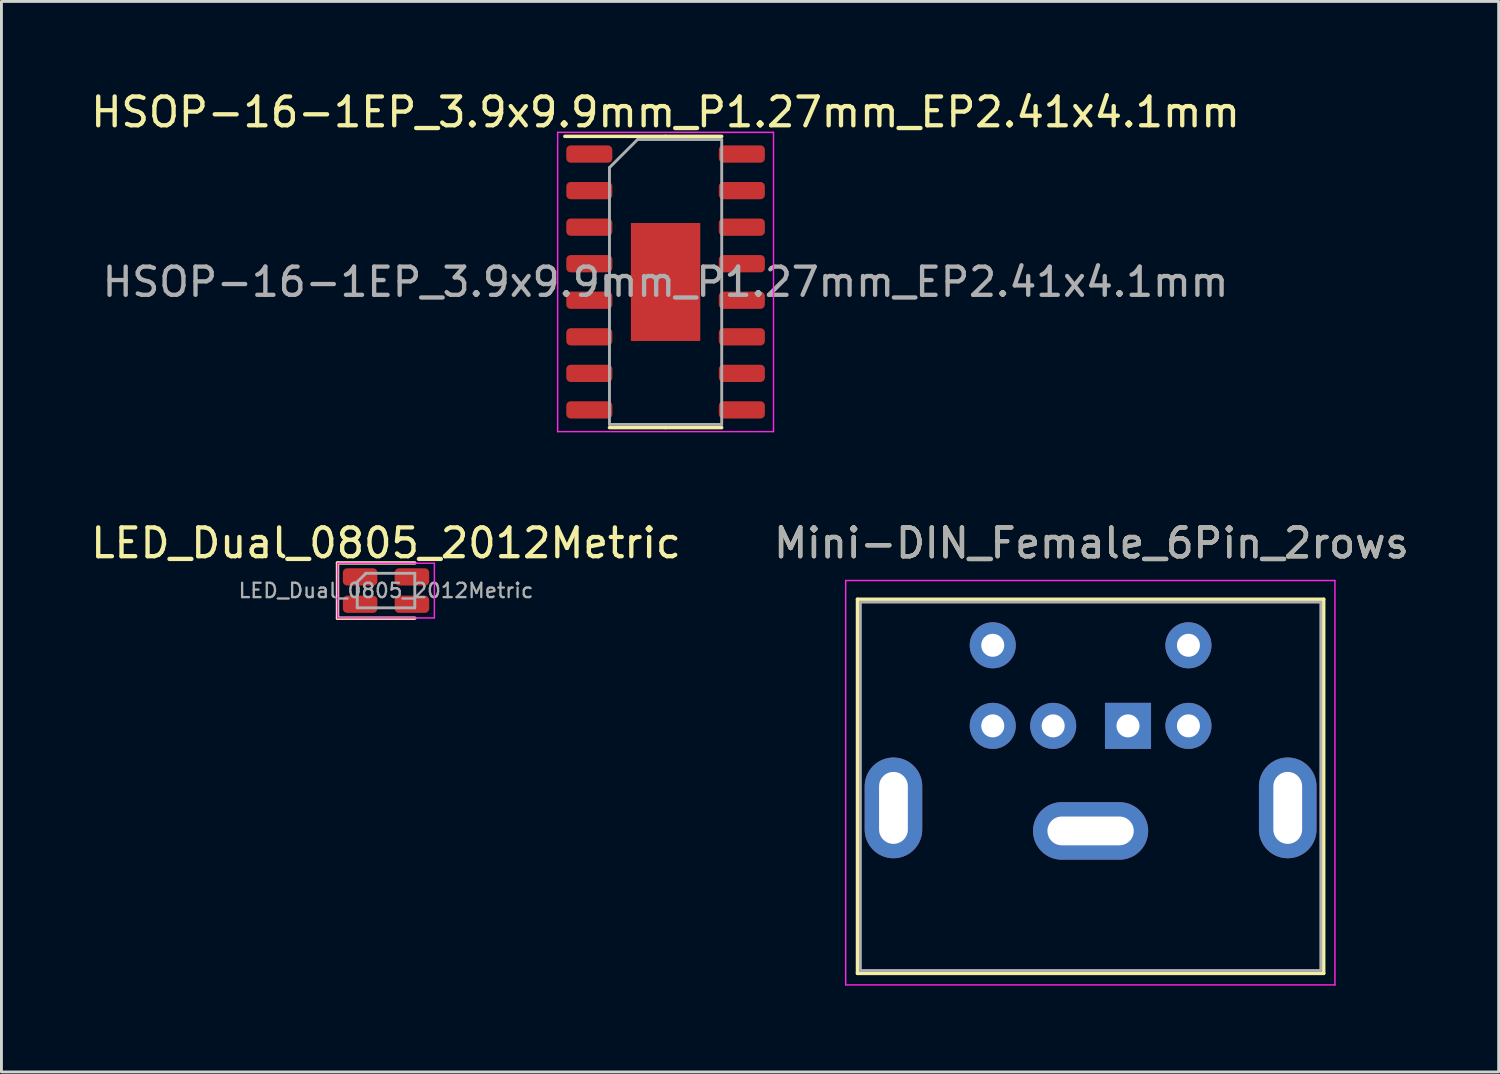
<source format=kicad_pcb>
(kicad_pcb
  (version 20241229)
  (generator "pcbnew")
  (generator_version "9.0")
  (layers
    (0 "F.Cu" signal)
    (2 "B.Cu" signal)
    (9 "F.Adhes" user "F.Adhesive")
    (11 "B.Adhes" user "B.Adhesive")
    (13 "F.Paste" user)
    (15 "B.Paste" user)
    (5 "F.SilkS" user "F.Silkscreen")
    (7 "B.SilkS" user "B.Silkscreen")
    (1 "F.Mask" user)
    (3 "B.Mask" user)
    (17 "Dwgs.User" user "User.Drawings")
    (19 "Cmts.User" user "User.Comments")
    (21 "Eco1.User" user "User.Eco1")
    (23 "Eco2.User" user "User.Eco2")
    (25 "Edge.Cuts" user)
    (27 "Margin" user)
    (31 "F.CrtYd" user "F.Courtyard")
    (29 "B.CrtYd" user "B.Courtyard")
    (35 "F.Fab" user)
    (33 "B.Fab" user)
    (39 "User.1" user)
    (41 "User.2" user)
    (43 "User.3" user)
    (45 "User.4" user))
  (footprint "LED_Dual_0805_2012Metric"
    (layer "F.Cu")
    (at 10.363 17.471)
    (property "Reference" "LED_Dual_0805_2012Metric" (at 0 -1.65 0) (layer "F.SilkS") (effects (font (size 1 1) (thickness 0.15))))
    (attr smd)
    (fp_line (start -1.685 -0.96) (end -1.685 0.96) (stroke (width 0.12) (type solid)) (layer "F.SilkS"))
    (fp_line (start -1.685 0.96) (end 1 0.96) (stroke (width 0.12) (type solid)) (layer "F.SilkS"))
    (fp_line (start 1 -0.96) (end -1.685 -0.96) (stroke (width 0.12) (type solid)) (layer "F.SilkS"))
    (fp_line (start -1.68 -0.95) (end 1.68 -0.95) (stroke (width 0.05) (type solid)) (layer "F.CrtYd"))
    (fp_line (start -1.68 0.95) (end -1.68 -0.95) (stroke (width 0.05) (type solid)) (layer "F.CrtYd"))
    (fp_line (start 1.68 -0.95) (end 1.68 0.95) (stroke (width 0.05) (type solid)) (layer "F.CrtYd"))
    (fp_line (start 1.68 0.95) (end -1.68 0.95) (stroke (width 0.05) (type solid)) (layer "F.CrtYd"))
    (fp_line (start -1 -0.3) (end -1 0.6) (stroke (width 0.1) (type solid)) (layer "F.Fab"))
    (fp_line (start -1 0.6) (end 1 0.6) (stroke (width 0.1) (type solid)) (layer "F.Fab"))
    (fp_line (start -0.7 -0.6) (end -1 -0.3) (stroke (width 0.1) (type solid)) (layer "F.Fab"))
    (fp_line (start 1 -0.6) (end -0.7 -0.6) (stroke (width 0.1) (type solid)) (layer "F.Fab"))
    (fp_line (start 1 0.6) (end 1 -0.6) (stroke (width 0.1) (type solid)) (layer "F.Fab"))
    (fp_text user "${REFERENCE}" (at 0 0 0) (layer "F.Fab") (effects (font (size 0.5 0.5) (thickness 0.08))))
    (pad "1" smd roundrect (at 0.9 -0.475) (size 1.2 0.6) (layers "F.Cu" "F.Mask" "F.Paste") (roundrect_rratio 0.25))
    (pad "2" smd roundrect (at -0.9 -0.475) (size 1.2 0.6) (layers "F.Cu" "F.Mask" "F.Paste") (roundrect_rratio 0.25))
    (pad "3" smd roundrect (at 0.9 0.475) (size 1.2 0.6) (layers "F.Cu" "F.Mask" "F.Paste") (roundrect_rratio 0.25))
    (pad "4" smd roundrect (at -0.9 0.475) (size 1.2 0.6) (layers "F.Cu" "F.Mask" "F.Paste") (roundrect_rratio 0.25)))
  (footprint "Mini-DIN_Female_6Pin_2rows"
    (layer "F.Cu")
    (at 36.145 22.172)
    (property "Reference" "Mini-DIN_Female_6Pin_2rows" (at -1.27 -6.35 0) (layer "F.SilkS") (effects (font (size 1 1) (thickness 0.15))))
    (attr through_hole)
    (fp_line (start -9.4 -4.4) (end -9.4 8.6) (stroke (width 0.12) (type solid)) (layer "F.SilkS"))
    (fp_line (start -9.4 -4.4) (end 6.8 -4.4) (stroke (width 0.12) (type solid)) (layer "F.SilkS"))
    (fp_line (start -9.4 8.6) (end 6.8 8.6) (stroke (width 0.12) (type solid)) (layer "F.SilkS"))
    (fp_line (start 6.8 -4.4) (end 6.8 8.6) (stroke (width 0.12) (type solid)) (layer "F.SilkS"))
    (fp_line (start -9.81 -5.05) (end -9.81 9) (stroke (width 0.05) (type solid)) (layer "F.CrtYd"))
    (fp_line (start -9.81 -5.05) (end 7.19 -5.05) (stroke (width 0.05) (type solid)) (layer "F.CrtYd"))
    (fp_line (start 7.19 9) (end -9.81 9) (stroke (width 0.05) (type solid)) (layer "F.CrtYd"))
    (fp_line (start 7.19 9) (end 7.19 -5.05) (stroke (width 0.05) (type solid)) (layer "F.CrtYd"))
    (fp_line (start -9.3 -4.3) (end 6.7 -4.3) (stroke (width 0.1) (type solid)) (layer "F.Fab"))
    (fp_line (start -9.3 8.5) (end -9.3 -4.3) (stroke (width 0.1) (type solid)) (layer "F.Fab"))
    (fp_line (start 6.7 -4.3) (end 6.7 8.5) (stroke (width 0.1) (type solid)) (layer "F.Fab"))
    (fp_line (start 6.7 8.5) (end -9.3 8.5) (stroke (width 0.1) (type solid)) (layer "F.Fab"))
    (fp_text user "${REFERENCE}" (at -1.27 -6.35 0) (layer "F.Fab") (effects (font (size 1 1) (thickness 0.15))))
    (pad "1" thru_hole rect (at 0 0) (size 1.6 1.6) (drill 0.8) (layers "*.Cu" "*.Mask"))
    (pad "2" thru_hole circle (at -2.6 0) (size 1.6 1.6) (drill 0.8) (layers "*.Cu" "*.Mask"))
    (pad "3" thru_hole circle (at 2.1 0) (size 1.6 1.6) (drill 0.8) (layers "*.Cu" "*.Mask"))
    (pad "4" thru_hole circle (at -4.7 0) (size 1.6 1.6) (drill 0.8) (layers "*.Cu" "*.Mask"))
    (pad "5" thru_hole circle (at 2.1 -2.8) (size 1.6 1.6) (drill 0.8) (layers "*.Cu" "*.Mask"))
    (pad "6" thru_hole circle (at -4.7 -2.8) (size 1.6 1.6) (drill 0.8) (layers "*.Cu" "*.Mask"))
    (pad "7" thru_hole oval (at -8.15 2.85) (size 2 3.5) (drill oval 1 2.5) (layers "*.Cu" "*.Mask"))
    (pad "7" thru_hole oval (at -1.3 3.65) (size 4 2) (drill oval 3 1) (layers "*.Cu" "*.Mask"))
    (pad "7" thru_hole oval (at 5.55 2.85) (size 2 3.5) (drill oval 1 2.5) (layers "*.Cu" "*.Mask")))
  (footprint "HSOP-16-1EP_3.9x9.9mm_P1.27mm_EP2.41x4.1mm"
    (layer "F.Cu")
    (at 20.077 6.748)
    (property "Reference" "HSOP-16-1EP_3.9x9.9mm_P1.27mm_EP2.41x4.1mm" (at 0 -5.9 0) (layer "F.SilkS") (effects (font (size 1 1) (thickness 0.15))))
    (attr smd)
    (fp_line (start 0 -5.06) (end -3.5 -5.06) (stroke (width 0.12) (type solid)) (layer "F.SilkS"))
    (fp_line (start 0 -5.06) (end 1.95 -5.06) (stroke (width 0.12) (type solid)) (layer "F.SilkS"))
    (fp_line (start 0 5.06) (end -1.95 5.06) (stroke (width 0.12) (type solid)) (layer "F.SilkS"))
    (fp_line (start 0 5.06) (end 1.95 5.06) (stroke (width 0.12) (type solid)) (layer "F.SilkS"))
    (fp_line (start -3.75 -5.2) (end -3.75 5.2) (stroke (width 0.05) (type solid)) (layer "F.CrtYd"))
    (fp_line (start -3.75 5.2) (end 3.75 5.2) (stroke (width 0.05) (type solid)) (layer "F.CrtYd"))
    (fp_line (start 3.75 -5.2) (end -3.75 -5.2) (stroke (width 0.05) (type solid)) (layer "F.CrtYd"))
    (fp_line (start 3.75 5.2) (end 3.75 -5.2) (stroke (width 0.05) (type solid)) (layer "F.CrtYd"))
    (fp_line (start -1.95 -3.975) (end -0.975 -4.95) (stroke (width 0.1) (type solid)) (layer "F.Fab"))
    (fp_line (start -1.95 4.95) (end -1.95 -3.975) (stroke (width 0.1) (type solid)) (layer "F.Fab"))
    (fp_line (start -0.975 -4.95) (end 1.95 -4.95) (stroke (width 0.1) (type solid)) (layer "F.Fab"))
    (fp_line (start 1.95 -4.95) (end 1.95 4.95) (stroke (width 0.1) (type solid)) (layer "F.Fab"))
    (fp_line (start 1.95 4.95) (end -1.95 4.95) (stroke (width 0.1) (type solid)) (layer "F.Fab"))
    (fp_text user "${REFERENCE}" (at 0 0 0) (layer "F.Fab") (effects (font (size 0.98 0.98) (thickness 0.15))))
    (pad "1" smd roundrect (at -2.65 -4.445) (size 1.6 0.6) (layers "F.Cu" "F.Mask" "F.Paste") (roundrect_rratio 0.25))
    (pad "2" smd roundrect (at -2.65 -3.175) (size 1.6 0.6) (layers "F.Cu" "F.Mask" "F.Paste") (roundrect_rratio 0.25))
    (pad "3" smd roundrect (at -2.65 -1.905) (size 1.6 0.6) (layers "F.Cu" "F.Mask" "F.Paste") (roundrect_rratio 0.25))
    (pad "4" smd roundrect (at -2.65 -0.635) (size 1.6 0.6) (layers "F.Cu" "F.Mask" "F.Paste") (roundrect_rratio 0.25))
    (pad "5" smd roundrect (at -2.65 0.635) (size 1.6 0.6) (layers "F.Cu" "F.Mask" "F.Paste") (roundrect_rratio 0.25))
    (pad "6" smd roundrect (at -2.65 1.905) (size 1.6 0.6) (layers "F.Cu" "F.Mask" "F.Paste") (roundrect_rratio 0.25))
    (pad "7" smd roundrect (at -2.65 3.175) (size 1.6 0.6) (layers "F.Cu" "F.Mask" "F.Paste") (roundrect_rratio 0.25))
    (pad "8" smd roundrect (at -2.65 4.445) (size 1.6 0.6) (layers "F.Cu" "F.Mask" "F.Paste") (roundrect_rratio 0.25))
    (pad "9" smd roundrect (at 2.65 4.445) (size 1.6 0.6) (layers "F.Cu" "F.Mask" "F.Paste") (roundrect_rratio 0.25))
    (pad "10" smd roundrect (at 2.65 3.175) (size 1.6 0.6) (layers "F.Cu" "F.Mask" "F.Paste") (roundrect_rratio 0.25))
    (pad "11" smd roundrect (at 2.65 1.905) (size 1.6 0.6) (layers "F.Cu" "F.Mask" "F.Paste") (roundrect_rratio 0.25))
    (pad "12" smd roundrect (at 2.65 0.635) (size 1.6 0.6) (layers "F.Cu" "F.Mask" "F.Paste") (roundrect_rratio 0.25))
    (pad "13" smd roundrect (at 2.65 -0.635) (size 1.6 0.6) (layers "F.Cu" "F.Mask" "F.Paste") (roundrect_rratio 0.25))
    (pad "14" smd roundrect (at 2.65 -1.905) (size 1.6 0.6) (layers "F.Cu" "F.Mask" "F.Paste") (roundrect_rratio 0.25))
    (pad "15" smd roundrect (at 2.65 -3.175) (size 1.6 0.6) (layers "F.Cu" "F.Mask" "F.Paste") (roundrect_rratio 0.25))
    (pad "16" smd roundrect (at 2.65 -4.445) (size 1.6 0.6) (layers "F.Cu" "F.Mask" "F.Paste") (roundrect_rratio 0.25))
    (pad "17" smd rect (at 0 0) (size 2.41 4.1) (layers "F.Cu" "F.Mask")))
  (gr_rect
    (start -3 -3)
    (end 49.024 34.197)
    (stroke (width 0.1) (type default))
    (fill no)
    (layer "Edge.Cuts")))
</source>
